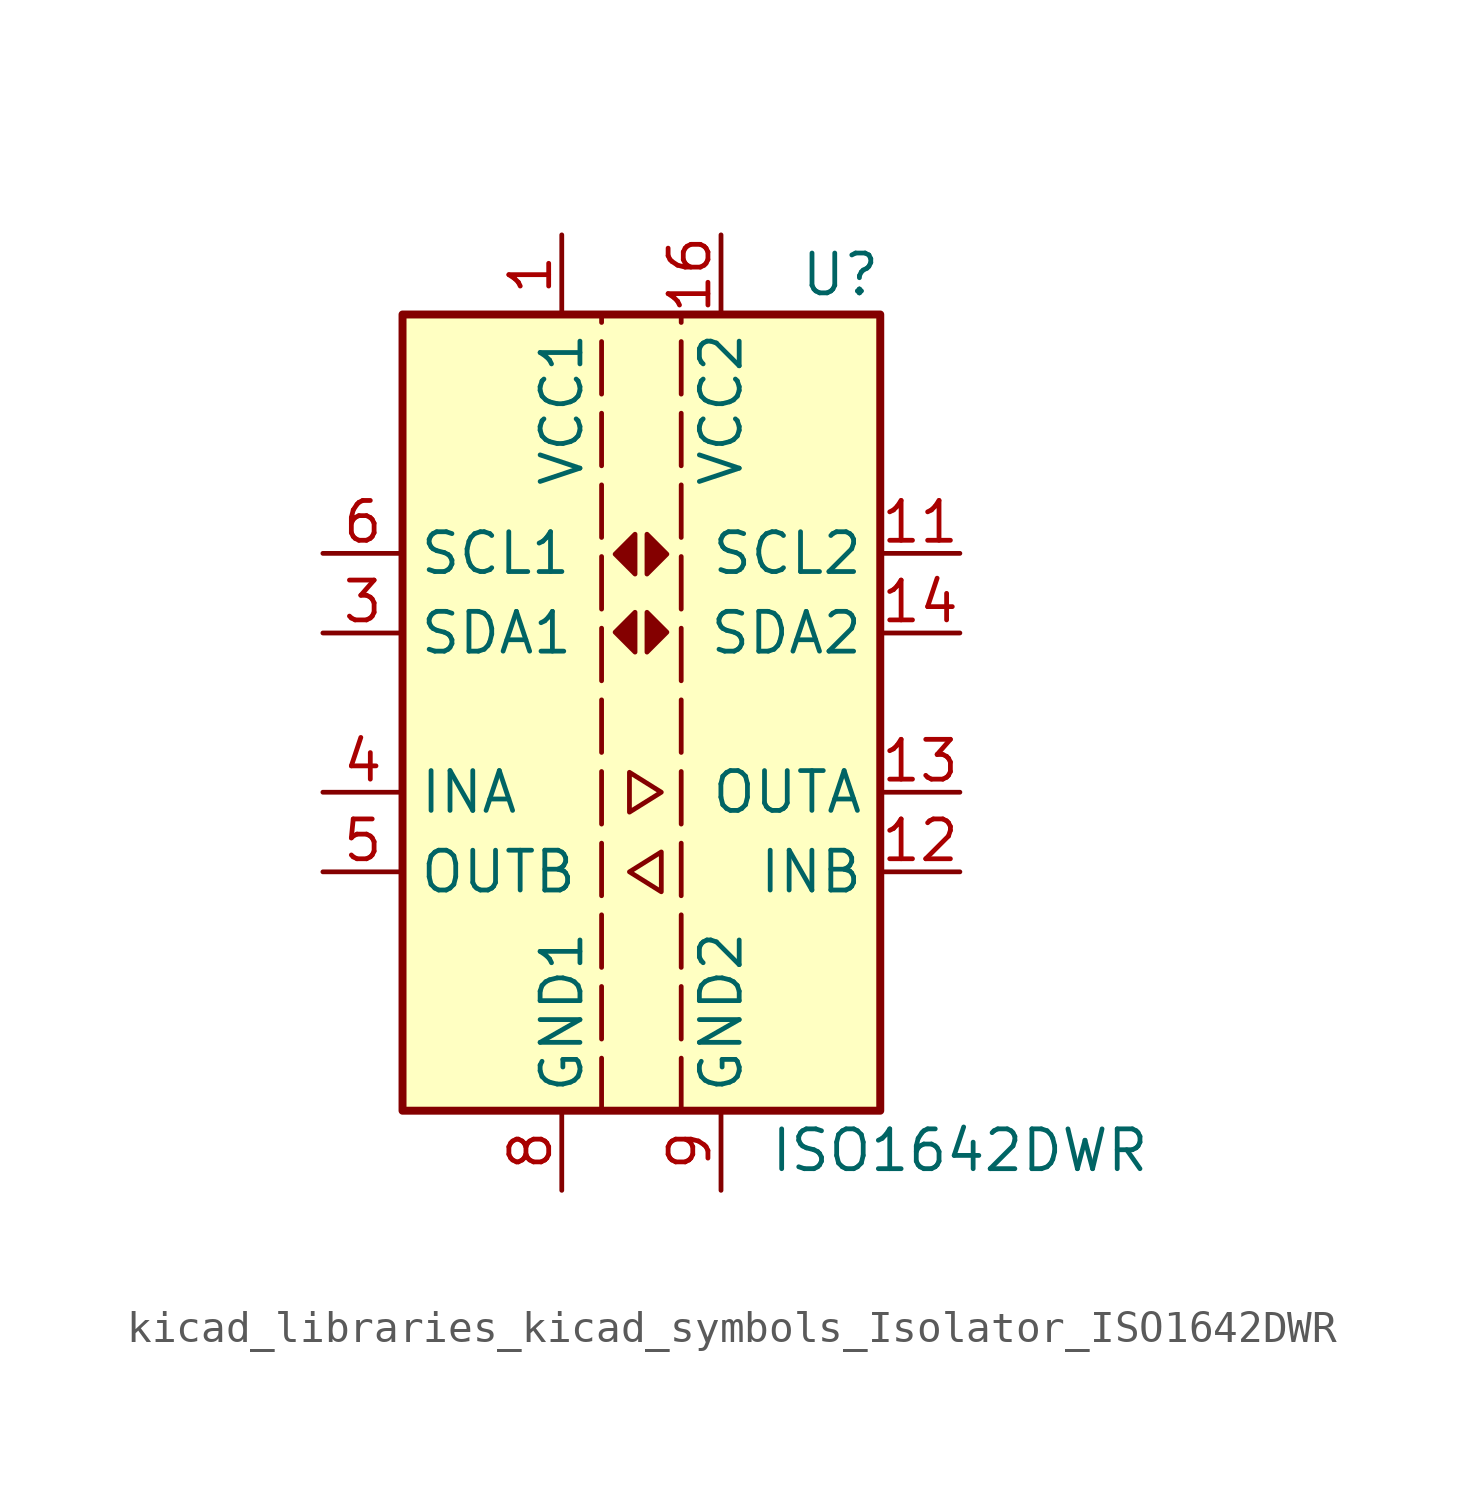
<source format=kicad_sym>
(kicad_symbol_lib
  (version 20220914)
  (generator kicad_symbol_editor)
  (symbol "kicad_libraries_kicad_symbols_Isolator_ISO1642DWR"
    (property "Reference" "U"
      (at 6.35 13.97 0)
      (effects (font (size 1.27 1.27))))
    (property "Value" "ISO1642DWR"
      (at 10.16 -13.97 0)
      (effects (font (size 1.27 1.27))))
    (symbol "kicad_libraries_kicad_symbols_Isolator_ISO1642DWR_1_1"
      (rectangle (start -7.62 12.7) (end 7.62 -12.7) (stroke (width 0.254) (type default)) (fill (type background)))
      (polyline (pts (xy -1.27 -12.7) (xy -1.27 12.7)) (stroke (width 0) (type dash)) (fill (type none)))
      (polyline (pts (xy 1.27 -12.7) (xy 1.27 12.7)) (stroke (width 0) (type dash)) (fill (type none)))
      (polyline (pts (xy -0.381 -1.905) (xy -0.381 -3.175) (xy 0.635 -2.54) (xy -0.381 -1.905)) (stroke (width 0) (type default)) (fill (type none)))
      (polyline (pts (xy -0.203 3.2) (xy -0.203 1.93) (xy -0.838 2.565) (xy -0.203 3.2)) (stroke (width 0) (type default)) (fill (type outline)))
      (polyline (pts (xy -0.203 5.69) (xy -0.203 4.42) (xy -0.838 5.055) (xy -0.203 5.69)) (stroke (width 0) (type default)) (fill (type outline)))
      (polyline (pts (xy 0.178 3.2) (xy 0.178 1.93) (xy 0.813 2.565) (xy 0.178 3.2)) (stroke (width 0) (type default)) (fill (type outline)))
      (polyline (pts (xy 0.178 5.69) (xy 0.178 4.42) (xy 0.813 5.055) (xy 0.178 5.69)) (stroke (width 0) (type default)) (fill (type outline)))
      (polyline (pts (xy 0.635 -4.445) (xy 0.635 -5.715) (xy -0.381 -5.08) (xy 0.635 -4.445)) (stroke (width 0) (type default)) (fill (type none)))
      (pin power_in line (at -2.54 15.24 270) (length 2.54) (name "VCC1" (effects (font (size 1.27 1.27)))) (number "1" (effects (font (size 1.27 1.27)))))
      (pin no_connect line (at 7.62 10.16 180) (length 2.54) hide (name "NC" (effects (font (size 1.27 1.27)))) (number "10" (effects (font (size 1.27 1.27)))))
      (pin bidirectional line (at 10.16 5.08 180) (length 2.54) (name "SCL2" (effects (font (size 1.27 1.27)))) (number "11" (effects (font (size 1.27 1.27)))))
      (pin input line (at 10.16 -5.08 180) (length 2.54) (name "INB" (effects (font (size 1.27 1.27)))) (number "12" (effects (font (size 1.27 1.27)))))
      (pin output line (at 10.16 -2.54 180) (length 2.54) (name "OUTA" (effects (font (size 1.27 1.27)))) (number "13" (effects (font (size 1.27 1.27)))))
      (pin bidirectional line (at 10.16 2.54 180) (length 2.54) (name "SDA2" (effects (font (size 1.27 1.27)))) (number "14" (effects (font (size 1.27 1.27)))))
      (pin no_connect line (at 7.62 -10.16 180) (length 2.54) hide (name "NC" (effects (font (size 1.27 1.27)))) (number "15" (effects (font (size 1.27 1.27)))))
      (pin power_in line (at 2.54 15.24 270) (length 2.54) (name "VCC2" (effects (font (size 1.27 1.27)))) (number "16" (effects (font (size 1.27 1.27)))))
      (pin no_connect line (at -7.62 10.16 0) (length 2.54) hide (name "NC" (effects (font (size 1.27 1.27)))) (number "2" (effects (font (size 1.27 1.27)))))
      (pin bidirectional line (at -10.16 2.54 0) (length 2.54) (name "SDA1" (effects (font (size 1.27 1.27)))) (number "3" (effects (font (size 1.27 1.27)))))
      (pin input line (at -10.16 -2.54 0) (length 2.54) (name "INA" (effects (font (size 1.27 1.27)))) (number "4" (effects (font (size 1.27 1.27)))))
      (pin output line (at -10.16 -5.08 0) (length 2.54) (name "OUTB" (effects (font (size 1.27 1.27)))) (number "5" (effects (font (size 1.27 1.27)))))
      (pin bidirectional line (at -10.16 5.08 0) (length 2.54) (name "SCL1" (effects (font (size 1.27 1.27)))) (number "6" (effects (font (size 1.27 1.27)))))
      (pin no_connect line (at -7.62 -10.16 0) (length 2.54) hide (name "NC" (effects (font (size 1.27 1.27)))) (number "7" (effects (font (size 1.27 1.27)))))
      (pin power_in line (at -2.54 -15.24 90) (length 2.54) (name "GND1" (effects (font (size 1.27 1.27)))) (number "8" (effects (font (size 1.27 1.27)))))
      (pin power_in line (at 2.54 -15.24 90) (length 2.54) (name "GND2" (effects (font (size 1.27 1.27)))) (number "9" (effects (font (size 1.27 1.27))))))))
</source>
